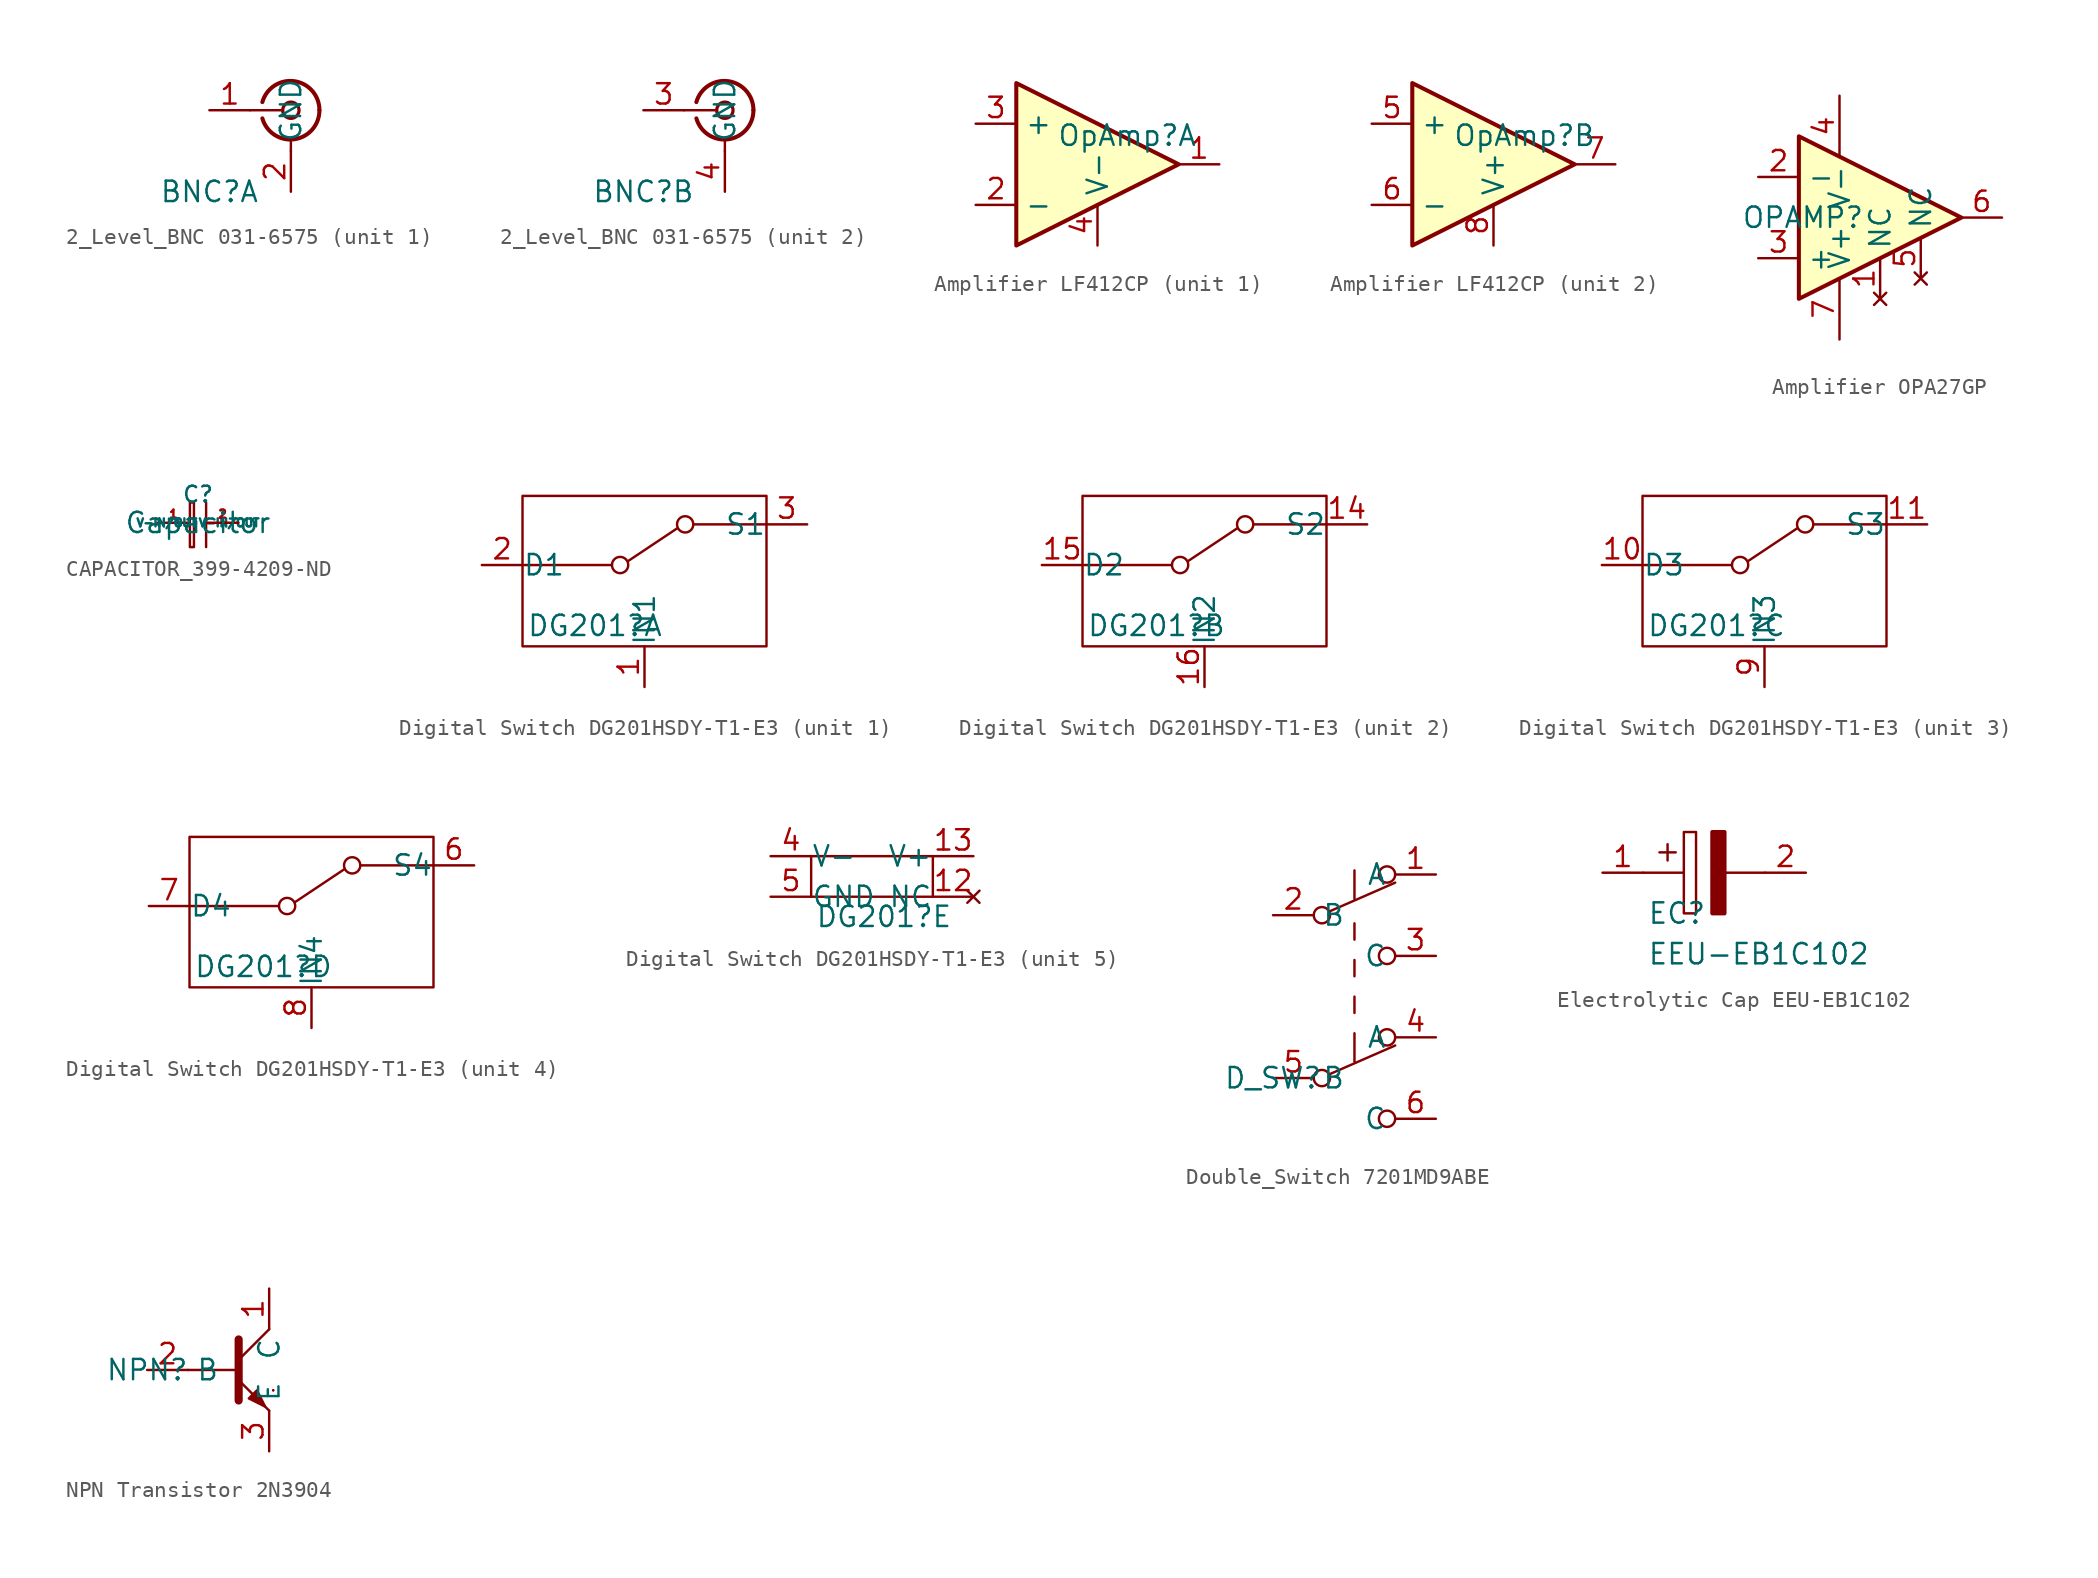
<source format=kicad_sym>
(kicad_symbol_lib
  (version 20220914)
  (generator kicad_symbol_editor)
  (symbol "2_Level_BNC 031-6575"
    (property "Reference" "BNC"
      (at 0 -5.08 0)
      (effects (font (size 1.27 1.27))))
    (property "Value" ""
      (at 0 -5.08 0)
      (effects (font (size 1.27 1.27))))
    (property "ki_locked" ""
      (at 0 0 0)
      (effects (font (size 1.27 1.27))))
    (symbol "2_Level_BNC 031-6575_0_1"
      (polyline (pts (xy 2.54 0) (xy 4.572 0)) (stroke (width 0) (type default)) (fill (type none)))
      (polyline (pts (xy 5.08 -2.54) (xy 5.08 -1.778)) (stroke (width 0) (type default)) (fill (type none)))
      (arc (start 3.302 -0.508) (mid 5.302 -1.808) (end 6.858 0) (stroke (width 0.254) (type default)) (fill (type none)))
      (circle (center 5.08 0) (radius 0.508) (stroke (width 0.203) (type default)) (fill (type none)))
      (arc (start 6.858 0) (mid 5.3021 1.8083) (end 3.302 0.508) (stroke (width 0.254) (type default)) (fill (type none))))
    (symbol "2_Level_BNC 031-6575_1_1"
      (pin passive line (at 0 0 0) (length 2.54) (name "" (effects (font (size 1.27 1.27)))) (number "1" (effects (font (size 1.27 1.27)))))
      (pin passive line (at 5.08 -5.08 90) (length 2.54) (name "GND" (effects (font (size 1.27 1.27)))) (number "2" (effects (font (size 1.27 1.27))))))
    (symbol "2_Level_BNC 031-6575_2_1"
      (pin passive line (at 0 0 0) (length 2.54) (name "" (effects (font (size 1.27 1.27)))) (number "3" (effects (font (size 1.27 1.27)))))
      (pin passive line (at 5.08 -5.08 90) (length 2.54) (name "GND" (effects (font (size 1.27 1.27)))) (number "4" (effects (font (size 1.27 1.27)))))))
  (symbol "Amplifier LF412CP"
    (property "Reference" "OpAmp"
      (at 5.08 0 0)
      (effects (font (size 1.27 1.27)) (justify left top)))
    (symbol "Amplifier LF412CP_1_1"
      (polyline (pts (xy 2.54 2.54) (xy 12.7 -2.54) (xy 2.54 -7.62) (xy 2.54 2.54)) (stroke (width 0.254) (type default)) (fill (type background)))
      (pin output line (at 15.24 -2.54 180) (length 2.54) (name "~" (effects (font (size 1.27 1.27)))) (number "1" (effects (font (size 1.27 1.27)))))
      (pin input line (at 0 -5.08 0) (length 2.54) (name "-" (effects (font (size 1.27 1.27)))) (number "2" (effects (font (size 1.27 1.27)))))
      (pin input line (at 0 0 0) (length 2.54) (name "+" (effects (font (size 1.27 1.27)))) (number "3" (effects (font (size 1.27 1.27)))))
      (pin input line (at 7.62 -7.62 90) (length 2.54) (name "V-" (effects (font (size 1.27 1.27)))) (number "4" (effects (font (size 1.27 1.27))))))
    (symbol "Amplifier LF412CP_2_1"
      (polyline (pts (xy 2.54 2.54) (xy 12.7 -2.54) (xy 2.54 -7.62) (xy 2.54 2.54)) (stroke (width 0.254) (type default)) (fill (type background)))
      (pin input line (at 0 0 0) (length 2.54) (name "+" (effects (font (size 1.27 1.27)))) (number "5" (effects (font (size 1.27 1.27)))))
      (pin input line (at 0 -5.08 0) (length 2.54) (name "-" (effects (font (size 1.27 1.27)))) (number "6" (effects (font (size 1.27 1.27)))))
      (pin output line (at 15.24 -2.54 180) (length 2.54) (name "~" (effects (font (size 1.27 1.27)))) (number "7" (effects (font (size 1.27 1.27)))))
      (pin input line (at 7.62 -7.62 90) (length 2.54) (name "V+" (effects (font (size 1.27 1.27)))) (number "8" (effects (font (size 1.27 1.27)))))))
  (symbol "Amplifier OPA27GP"
    (property "Reference" "OPAMP"
      (at 2.794 2.54 0)
      (effects (font (size 1.27 1.27))))
    (symbol "Amplifier OPA27GP_0_1"
      (polyline (pts (xy 12.7 2.54) (xy 2.54 7.62) (xy 2.54 -2.54) (xy 12.7 2.54)) (stroke (width 0.254) (type default)) (fill (type background))))
    (symbol "Amplifier OPA27GP_1_1"
      (pin no_connect line (at 7.62 -2.54 90) (length 2.54) (name "NC" (effects (font (size 1.27 1.27)))) (number "1" (effects (font (size 1.27 1.27)))))
      (pin input line (at 0 5.08 0) (length 2.54) (name "-" (effects (font (size 1.27 1.27)))) (number "2" (effects (font (size 1.27 1.27)))))
      (pin input line (at 0 0 0) (length 2.54) (name "+" (effects (font (size 1.27 1.27)))) (number "3" (effects (font (size 1.27 1.27)))))
      (pin power_in line (at 5.08 10.16 270) (length 3.81) (name "V-" (effects (font (size 1.27 1.27)))) (number "4" (effects (font (size 1.27 1.27)))))
      (pin no_connect line (at 10.16 -1.27 90) (length 2.54) (name "NC" (effects (font (size 1.27 1.27)))) (number "5" (effects (font (size 1.27 1.27)))))
      (pin output line (at 15.24 2.54 180) (length 2.54) (name "~" (effects (font (size 1.27 1.27)))) (number "6" (effects (font (size 1.27 1.27)))))
      (pin power_in line (at 5.08 -5.08 90) (length 3.81) (name "V+" (effects (font (size 1.27 1.27)))) (number "7" (effects (font (size 1.27 1.27)))))
      (pin no_connect line (at 7.62 8.89 270) (length 3.81) hide (name "NC" (effects (font (size 1.27 1.27)))) (number "8" (effects (font (size 1.27 1.27)))))))
  (symbol "CAPACITOR_399-4209-ND"
    (property "Reference" "C"
      (at 0 1.778 0)
      (effects (font (size 1 1))))
    (property "Value" "Capacitor"
      (at 0 0 0)
      (effects (font (size 1.27 1.27))))
    (symbol "CAPACITOR_399-4209-ND_0_1"
      (rectangle (start -0.508 1.27) (end -0.254 -1.524) (stroke (width 0) (type default)) (fill (type none)))
      (polyline (pts (xy 0.508 1.27) (xy 0.508 -1.524)) (stroke (width 0) (type default)) (fill (type none))))
    (symbol "CAPACITOR_399-4209-ND_1_1"
      (pin passive line (at -2.54 0 0) (length 2) (name "V-IN/OUT" (effects (font (size 0.5 0.5)))) (number "1" (effects (font (size 0.5 0.5)))))
      (pin passive line (at 2.54 0 180) (length 2) (name "V-IN/OUT" (effects (font (size 0.5 0.5)))) (number "2" (effects (font (size 0.5 0.5)))))))
  (symbol "Digital Switch DG201HSDY-T1-E3"
    (pin_names
      (offset 0.002))
    (property "Reference" "DG201"
      (at 2.794 -3.048 0)
      (effects (font (size 1.27 1.27)) (justify left top)))
    (property "ki_locked" ""
      (at 0 0 0)
      (effects (font (size 1.27 1.27))))
    (symbol "Digital Switch DG201HSDY-T1-E3_1_0"
      (circle (center 8.636 0) (radius 0.508) (stroke (width 0) (type default)) (fill (type none))))
    (symbol "Digital Switch DG201HSDY-T1-E3_1_1"
      (polyline (pts (xy 8.128 0) (xy 2.54 0)) (stroke (width 0) (type default)) (fill (type none)))
      (polyline (pts (xy 9.144 0.254) (xy 12.192 2.286)) (stroke (width 0) (type default)) (fill (type none)))
      (polyline (pts (xy 17.78 2.54) (xy 13.208 2.54)) (stroke (width 0) (type default)) (fill (type none)))
      (rectangle (start 2.54 4.318) (end 17.78 -5.08) (stroke (width 0) (type default)) (fill (type none)))
      (circle (center 12.7 2.54) (radius 0.508) (stroke (width 0) (type default)) (fill (type none)))
      (pin input line (at 10.16 -7.62 90) (length 2.54) (name "IN1" (effects (font (size 1.27 1.27)))) (number "1" (effects (font (size 1.27 1.27)))))
      (pin passive line (at 0 0 0) (length 2.54) (name "D1" (effects (font (size 1.27 1.27)))) (number "2" (effects (font (size 1.27 1.27)))))
      (pin passive line (at 20.32 2.54 180) (length 2.54) (name "S1" (effects (font (size 1.27 1.27)))) (number "3" (effects (font (size 1.27 1.27))))))
    (symbol "Digital Switch DG201HSDY-T1-E3_2_0"
      (circle (center 8.636 0) (radius 0.508) (stroke (width 0) (type default)) (fill (type none))))
    (symbol "Digital Switch DG201HSDY-T1-E3_2_1"
      (polyline (pts (xy 8.128 0) (xy 2.54 0)) (stroke (width 0) (type default)) (fill (type none)))
      (polyline (pts (xy 9.144 0.254) (xy 12.192 2.286)) (stroke (width 0) (type default)) (fill (type none)))
      (polyline (pts (xy 17.78 2.54) (xy 13.208 2.54)) (stroke (width 0) (type default)) (fill (type none)))
      (rectangle (start 2.54 4.318) (end 17.78 -5.08) (stroke (width 0) (type default)) (fill (type none)))
      (circle (center 12.7 2.54) (radius 0.508) (stroke (width 0) (type default)) (fill (type none)))
      (pin passive line (at 20.32 2.54 180) (length 2.54) (name "S2" (effects (font (size 1.27 1.27)))) (number "14" (effects (font (size 1.27 1.27)))))
      (pin passive line (at 0 0 0) (length 2.54) (name "D2" (effects (font (size 1.27 1.27)))) (number "15" (effects (font (size 1.27 1.27)))))
      (pin input line (at 10.16 -7.62 90) (length 2.54) (name "IN2" (effects (font (size 1.27 1.27)))) (number "16" (effects (font (size 1.27 1.27))))))
    (symbol "Digital Switch DG201HSDY-T1-E3_3_0"
      (circle (center 8.636 0) (radius 0.508) (stroke (width 0) (type default)) (fill (type none))))
    (symbol "Digital Switch DG201HSDY-T1-E3_3_1"
      (polyline (pts (xy 8.128 0) (xy 2.54 0)) (stroke (width 0) (type default)) (fill (type none)))
      (polyline (pts (xy 9.144 0.254) (xy 12.192 2.286)) (stroke (width 0) (type default)) (fill (type none)))
      (polyline (pts (xy 17.78 2.54) (xy 13.208 2.54)) (stroke (width 0) (type default)) (fill (type none)))
      (rectangle (start 2.54 4.318) (end 17.78 -5.08) (stroke (width 0) (type default)) (fill (type none)))
      (circle (center 12.7 2.54) (radius 0.508) (stroke (width 0) (type default)) (fill (type none)))
      (pin passive line (at 0 0 0) (length 2.54) (name "D3" (effects (font (size 1.27 1.27)))) (number "10" (effects (font (size 1.27 1.27)))))
      (pin passive line (at 20.32 2.54 180) (length 2.54) (name "S3" (effects (font (size 1.27 1.27)))) (number "11" (effects (font (size 1.27 1.27)))))
      (pin input line (at 10.16 -7.62 90) (length 2.54) (name "IN3" (effects (font (size 1.27 1.27)))) (number "9" (effects (font (size 1.27 1.27))))))
    (symbol "Digital Switch DG201HSDY-T1-E3_4_0"
      (circle (center 8.636 0) (radius 0.508) (stroke (width 0) (type default)) (fill (type none))))
    (symbol "Digital Switch DG201HSDY-T1-E3_4_1"
      (polyline (pts (xy 8.128 0) (xy 2.54 0)) (stroke (width 0) (type default)) (fill (type none)))
      (polyline (pts (xy 9.144 0.254) (xy 12.192 2.286)) (stroke (width 0) (type default)) (fill (type none)))
      (polyline (pts (xy 17.78 2.54) (xy 13.208 2.54)) (stroke (width 0) (type default)) (fill (type none)))
      (rectangle (start 2.54 4.318) (end 17.78 -5.08) (stroke (width 0) (type default)) (fill (type none)))
      (circle (center 12.7 2.54) (radius 0.508) (stroke (width 0) (type default)) (fill (type none)))
      (pin passive line (at 20.32 2.54 180) (length 2.54) (name "S4" (effects (font (size 1.27 1.27)))) (number "6" (effects (font (size 1.27 1.27)))))
      (pin passive line (at 0 0 0) (length 2.54) (name "D4" (effects (font (size 1.27 1.27)))) (number "7" (effects (font (size 1.27 1.27)))))
      (pin input line (at 10.16 -7.62 90) (length 2.54) (name "IN4" (effects (font (size 1.27 1.27)))) (number "8" (effects (font (size 1.27 1.27))))))
    (symbol "Digital Switch DG201HSDY-T1-E3_5_0"
      (rectangle (start 2.54 0) (end 10.16 -2.54) (stroke (width 0) (type default)) (fill (type none))))
    (symbol "Digital Switch DG201HSDY-T1-E3_5_1"
      (pin no_connect line (at 12.7 -2.54 180) (length 2.54) (name "NC" (effects (font (size 1.27 1.27)))) (number "12" (effects (font (size 1.27 1.27)))))
      (pin input line (at 12.7 0 180) (length 2.54) (name "V+" (effects (font (size 1.27 1.27)))) (number "13" (effects (font (size 1.27 1.27)))))
      (pin input line (at 0 0 0) (length 2.54) (name "V-" (effects (font (size 1.27 1.27)))) (number "4" (effects (font (size 1.27 1.27)))))
      (pin input line (at 0 -2.54 0) (length 2.54) (name "GND" (effects (font (size 1.27 1.27)))) (number "5" (effects (font (size 1.27 1.27)))))))
  (symbol "Double_Switch 7201MD9ABE"
    (property "Reference" "D_SW"
      (at 0 0 0)
      (effects (font (size 1.27 1.27))))
    (symbol "Double_Switch 7201MD9ABE_0_0"
      (circle (center 3.048 0) (radius 0.508) (stroke (width 0) (type default)) (fill (type none)))
      (circle (center 3.048 10.16) (radius 0.508) (stroke (width 0) (type default)) (fill (type none)))
      (circle (center 7.112 -2.54) (radius 0.508) (stroke (width 0) (type default)) (fill (type none)))
      (circle (center 7.112 7.62) (radius 0.508) (stroke (width 0) (type default)) (fill (type none))))
    (symbol "Double_Switch 7201MD9ABE_0_1"
      (polyline (pts (xy 3.556 0.254) (xy 7.62 2.032)) (stroke (width 0) (type default)) (fill (type none)))
      (polyline (pts (xy 3.556 10.414) (xy 7.62 12.192)) (stroke (width 0) (type default)) (fill (type none)))
      (polyline (pts (xy 5.08 2.794) (xy 5.08 1.016)) (stroke (width 0) (type default)) (fill (type none)))
      (polyline (pts (xy 5.08 4.064) (xy 5.08 5.08)) (stroke (width 0) (type default)) (fill (type none)))
      (polyline (pts (xy 5.08 6.35) (xy 5.08 7.366)) (stroke (width 0) (type default)) (fill (type none)))
      (polyline (pts (xy 5.08 8.636) (xy 5.08 9.652)) (stroke (width 0) (type default)) (fill (type none)))
      (polyline (pts (xy 5.08 12.954) (xy 5.08 11.176)) (stroke (width 0) (type default)) (fill (type none)))
      (circle (center 7.112 2.54) (radius 0.508) (stroke (width 0) (type default)) (fill (type none)))
      (circle (center 7.112 12.7) (radius 0.508) (stroke (width 0) (type default)) (fill (type none))))
    (symbol "Double_Switch 7201MD9ABE_1_1"
      (pin passive line (at 10.16 12.7 180) (length 2.54) (name "A" (effects (font (size 1.27 1.27)))) (number "1" (effects (font (size 1.27 1.27)))))
      (pin passive line (at 0 10.16 0) (length 2.54) (name "B" (effects (font (size 1.27 1.27)))) (number "2" (effects (font (size 1.27 1.27)))))
      (pin passive line (at 10.16 7.62 180) (length 2.54) (name "C" (effects (font (size 1.27 1.27)))) (number "3" (effects (font (size 1.27 1.27)))))
      (pin passive line (at 10.16 2.54 180) (length 2.54) (name "A" (effects (font (size 1.27 1.27)))) (number "4" (effects (font (size 1.27 1.27)))))
      (pin passive line (at 0 0 0) (length 2.54) (name "B" (effects (font (size 1.27 1.27)))) (number "5" (effects (font (size 1.27 1.27)))))
      (pin passive line (at 10.16 -2.54 180) (length 2.54) (name "C" (effects (font (size 1.27 1.27)))) (number "6" (effects (font (size 1.27 1.27)))))))
  (symbol "Electrolytic Cap EEU-EB1C102"
    (pin_names
      (offset 0.762))
    (property "Reference" "EC"
      (at 2.794 -2.54 0)
      (effects (font (size 1.27 1.27)) (justify left)))
    (property "Value" "EEU-EB1C102"
      (at 2.794 -5.08 0)
      (effects (font (size 1.27 1.27)) (justify left)))
    (symbol "Electrolytic Cap EEU-EB1C102_0_0"
      (pin passive line (at 0 0 0) (length 2.54) (name "~" (effects (font (size 1.27 1.27)))) (number "1" (effects (font (size 1.27 1.27)))))
      (pin passive line (at 12.7 0 180) (length 2.54) (name "~" (effects (font (size 1.27 1.27)))) (number "2" (effects (font (size 1.27 1.27))))))
    (symbol "Electrolytic Cap EEU-EB1C102_0_1"
      (polyline (pts (xy 2.54 0) (xy 5.08 0)) (stroke (width 0.152) (type solid)) (fill (type none)))
      (polyline (pts (xy 4.064 1.778) (xy 4.064 0.762)) (stroke (width 0.152) (type solid)) (fill (type none)))
      (polyline (pts (xy 4.572 1.27) (xy 3.556 1.27)) (stroke (width 0.152) (type solid)) (fill (type none)))
      (polyline (pts (xy 7.62 0) (xy 10.16 0)) (stroke (width 0.152) (type solid)) (fill (type none)))
      (polyline (pts (xy 5.08 2.54) (xy 5.08 -2.54) (xy 5.842 -2.54) (xy 5.842 2.54) (xy 5.08 2.54)) (stroke (width 0.152) (type solid)) (fill (type none)))
      (polyline (pts (xy 7.62 2.54) (xy 7.62 -2.54) (xy 6.858 -2.54) (xy 6.858 2.54) (xy 7.62 2.54)) (stroke (width 0.254) (type solid)) (fill (type outline)))))
  (symbol "NPN Transistor 2N3904"
    (property "Reference" "NPN"
      (at 0 0 0)
      (effects (font (size 1.27 1.27))))
    (symbol "NPN Transistor 2N3904_0_1"
      (polyline (pts (xy 2.54 0) (xy 5.715 0)) (stroke (width 0.152) (type default)) (fill (type none)))
      (polyline (pts (xy 5.715 0.635) (xy 7.62 2.54)) (stroke (width 0) (type default)) (fill (type none)))
      (polyline (pts (xy 7.874 -1.27) (xy 7.874 -1.27)) (stroke (width 0.152) (type default)) (fill (type none)))
      (polyline (pts (xy 7.874 -1.27) (xy 7.874 -1.27)) (stroke (width 0.152) (type default)) (fill (type none)))
      (polyline (pts (xy 5.715 -0.635) (xy 7.62 -2.54) (xy 7.62 -2.54)) (stroke (width 0) (type default)) (fill (type none)))
      (polyline (pts (xy 5.715 1.905) (xy 5.715 -1.905) (xy 5.715 -1.905)) (stroke (width 0.508) (type default)) (fill (type none)))
      (polyline (pts (xy 6.35 -1.778) (xy 6.858 -1.27) (xy 7.366 -2.286) (xy 6.35 -1.778) (xy 6.35 -1.778)) (stroke (width 0) (type default)) (fill (type outline))))
    (symbol "NPN Transistor 2N3904_1_1"
      (pin open_collector line (at 7.62 5.08 270) (length 2.54) (name "C" (effects (font (size 1.27 1.27)))) (number "1" (effects (font (size 1.27 1.27)))))
      (pin input line (at 0 0 0) (length 2.54) (name "B" (effects (font (size 1.27 1.27)))) (number "2" (effects (font (size 1.27 1.27)))))
      (pin open_emitter line (at 7.62 -5.08 90) (length 2.54) (name "E" (effects (font (size 1.27 1.27)))) (number "3" (effects (font (size 1.27 1.27))))))))
</source>
